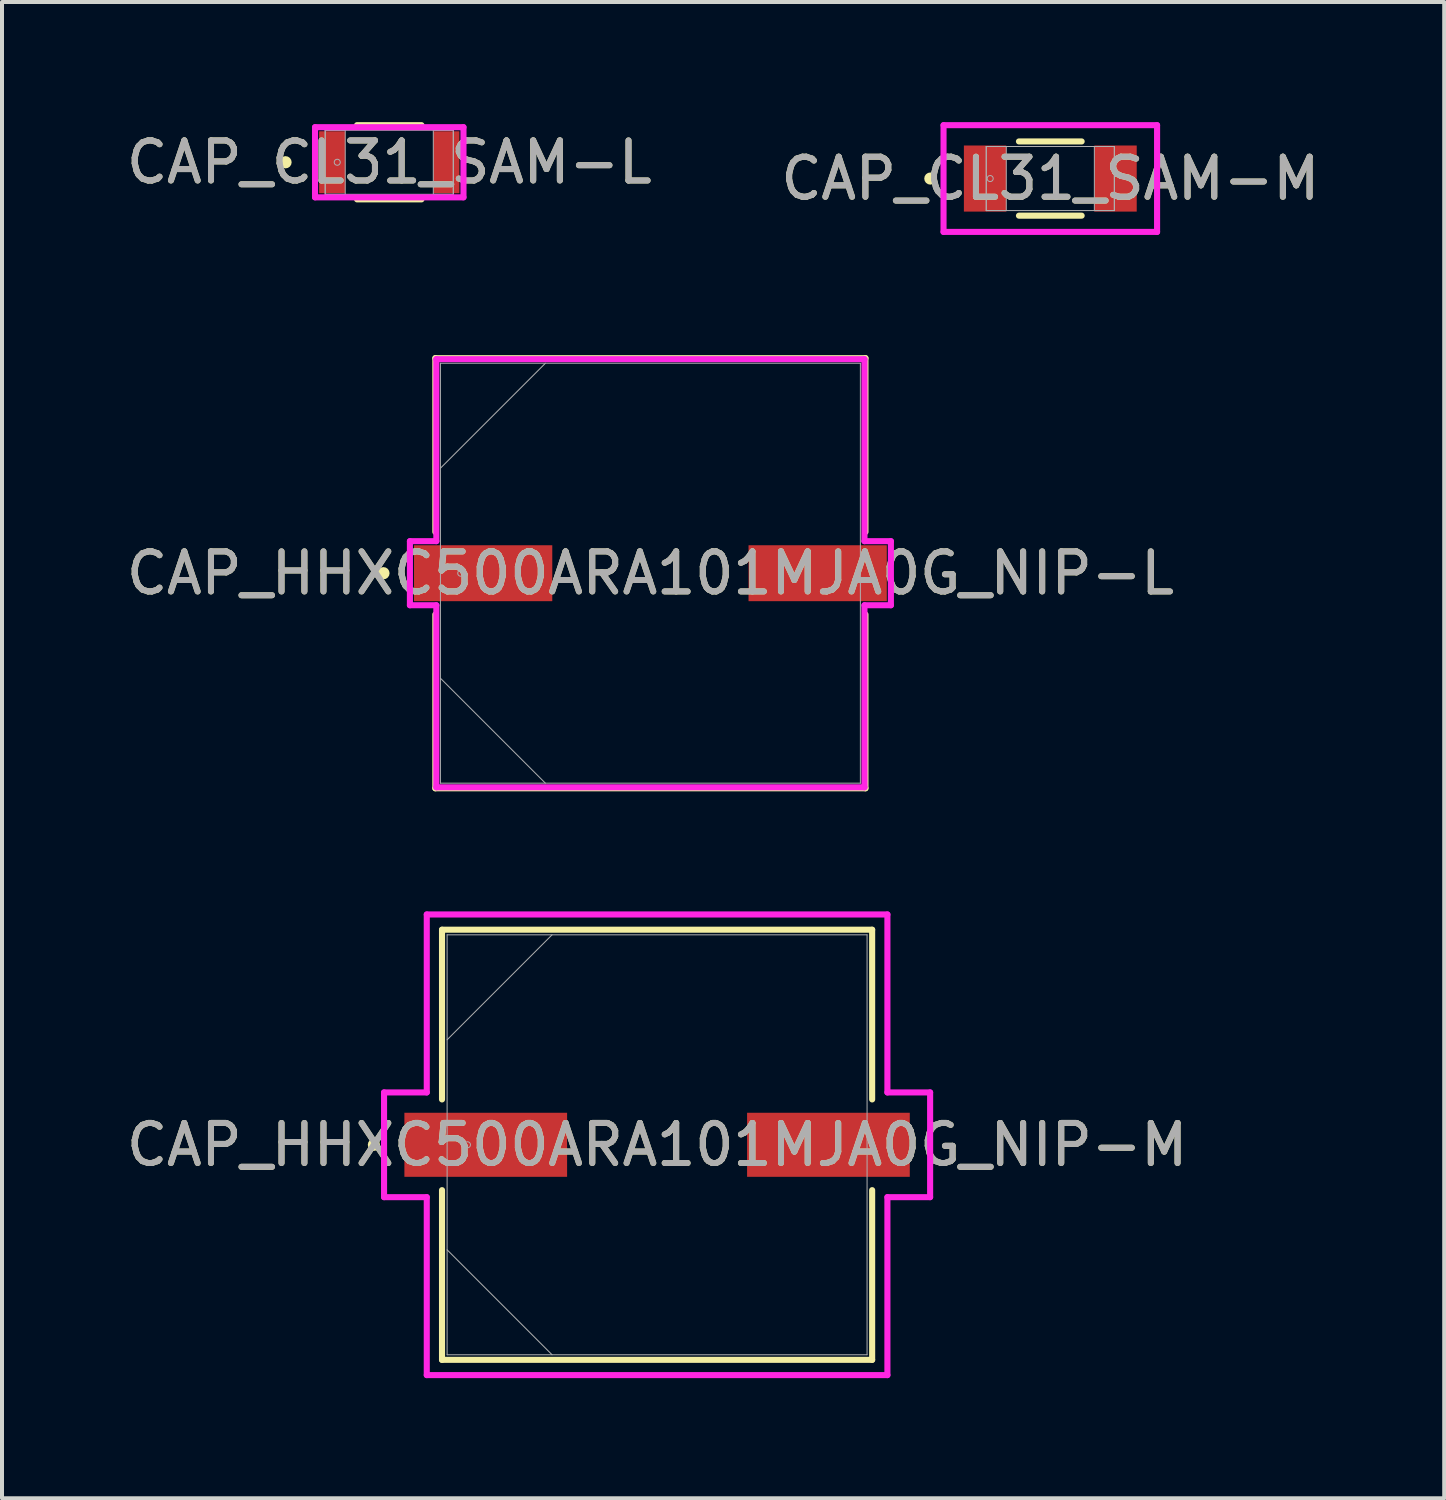
<source format=kicad_pcb>
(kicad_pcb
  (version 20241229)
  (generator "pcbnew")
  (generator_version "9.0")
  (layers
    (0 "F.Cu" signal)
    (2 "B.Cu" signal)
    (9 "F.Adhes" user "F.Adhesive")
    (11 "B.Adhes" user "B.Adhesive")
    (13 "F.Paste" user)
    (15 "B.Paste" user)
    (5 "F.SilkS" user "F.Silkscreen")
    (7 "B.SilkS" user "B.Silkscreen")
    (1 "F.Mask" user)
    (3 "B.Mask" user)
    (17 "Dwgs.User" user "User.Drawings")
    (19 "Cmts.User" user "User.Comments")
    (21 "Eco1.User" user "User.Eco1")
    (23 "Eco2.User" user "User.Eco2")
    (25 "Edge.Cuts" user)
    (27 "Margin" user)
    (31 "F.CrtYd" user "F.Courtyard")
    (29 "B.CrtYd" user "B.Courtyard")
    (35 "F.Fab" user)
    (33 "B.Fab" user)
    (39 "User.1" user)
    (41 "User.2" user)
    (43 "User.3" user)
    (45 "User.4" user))
  (footprint "CAP_HHXC500ARA101MJA0G_NIP-M"
    (layer "F.Cu")
    (at 13.363 25.545)
    (property "Reference" "CAP_HHXC500ARA101MJA0G_NIP-M" (at 0 0 0) (unlocked yes) (layer "F.SilkS") (effects (font (size 1 1) (thickness 0.15))))
    (attr smd)
    (fp_line (start -5.372 -5.372) (end -5.372 -1.133) (stroke (width 0.152) (type solid)) (layer "F.SilkS"))
    (fp_line (start -5.372 1.133) (end -5.372 5.372) (stroke (width 0.152) (type solid)) (layer "F.SilkS"))
    (fp_line (start -5.372 5.372) (end 5.372 5.372) (stroke (width 0.152) (type solid)) (layer "F.SilkS"))
    (fp_line (start 5.372 -5.372) (end -5.372 -5.372) (stroke (width 0.152) (type solid)) (layer "F.SilkS"))
    (fp_line (start 5.372 -1.133) (end 5.372 -5.372) (stroke (width 0.152) (type solid)) (layer "F.SilkS"))
    (fp_line (start 5.372 5.372) (end 5.372 1.133) (stroke (width 0.152) (type solid)) (layer "F.SilkS"))
    (fp_circle (center -7.074 0) (end -6.998 0) (stroke (width 0.152) (type solid)) (fill no) (layer "F.SilkS"))
    (fp_line (start -6.82 -1.308) (end -5.753 -1.308) (stroke (width 0.152) (type solid)) (layer "F.CrtYd"))
    (fp_line (start -6.82 1.308) (end -6.82 -1.308) (stroke (width 0.152) (type solid)) (layer "F.CrtYd"))
    (fp_line (start -5.753 -5.753) (end 5.753 -5.753) (stroke (width 0.152) (type solid)) (layer "F.CrtYd"))
    (fp_line (start -5.753 -1.308) (end -5.753 -5.753) (stroke (width 0.152) (type solid)) (layer "F.CrtYd"))
    (fp_line (start -5.753 1.308) (end -6.82 1.308) (stroke (width 0.152) (type solid)) (layer "F.CrtYd"))
    (fp_line (start -5.753 5.753) (end -5.753 1.308) (stroke (width 0.152) (type solid)) (layer "F.CrtYd"))
    (fp_line (start 5.753 -5.753) (end 5.753 -1.308) (stroke (width 0.152) (type solid)) (layer "F.CrtYd"))
    (fp_line (start 5.753 -1.308) (end 6.82 -1.308) (stroke (width 0.152) (type solid)) (layer "F.CrtYd"))
    (fp_line (start 5.753 1.308) (end 5.753 5.753) (stroke (width 0.152) (type solid)) (layer "F.CrtYd"))
    (fp_line (start 5.753 5.753) (end -5.753 5.753) (stroke (width 0.152) (type solid)) (layer "F.CrtYd"))
    (fp_line (start 6.82 -1.308) (end 6.82 1.308) (stroke (width 0.152) (type solid)) (layer "F.CrtYd"))
    (fp_line (start 6.82 1.308) (end 5.753 1.308) (stroke (width 0.152) (type solid)) (layer "F.CrtYd"))
    (fp_line (start -5.245 -5.245) (end -5.245 5.245) (stroke (width 0.025) (type solid)) (layer "F.Fab"))
    (fp_line (start -5.245 -2.623) (end -2.623 -5.245) (stroke (width 0.025) (type solid)) (layer "F.Fab"))
    (fp_line (start -5.245 2.623) (end -2.623 5.245) (stroke (width 0.025) (type solid)) (layer "F.Fab"))
    (fp_line (start -5.245 5.245) (end 5.245 5.245) (stroke (width 0.025) (type solid)) (layer "F.Fab"))
    (fp_line (start 5.245 -5.245) (end -5.245 -5.245) (stroke (width 0.025) (type solid)) (layer "F.Fab"))
    (fp_line (start 5.245 5.245) (end 5.245 -5.245) (stroke (width 0.025) (type solid)) (layer "F.Fab"))
    (fp_circle (center -4.737 0) (end -4.661 0) (stroke (width 0.025) (type solid)) (fill no) (layer "F.Fab"))
    (fp_text user "${REFERENCE}" (at 0 0 0) (unlocked yes) (layer "F.Fab") (effects (font (size 1 1) (thickness 0.15))))
    (pad "1" smd rect (at -4.28 0) (size 4.064 1.6) (layers "F.Cu" "F.Mask" "F.Paste"))
    (pad "2" smd rect (at 4.28 0) (size 4.064 1.6) (layers "F.Cu" "F.Mask" "F.Paste"))
    (zone (net_name "") (layer "F.Cu") (hatch full 0.508) (connect_pads) (min_thickness 0.254) (filled_areas_thickness no) (keepout (tracks not_allowed) (vias not_allowed) (pads allowed) (copperpour not_allowed) (footprints allowed)) (placement (enabled no)) (fill) (polygon (pts (xy 8.169 20.351) (xy 18.557 20.351) (xy 18.557 24.694) (xy 8.169 24.694))))
    (zone (net_name "") (layer "F.Cu") (hatch full 0.508) (connect_pads) (min_thickness 0.254) (filled_areas_thickness no) (keepout (tracks not_allowed) (vias not_allowed) (pads allowed) (copperpour not_allowed) (footprints allowed)) (placement (enabled no)) (fill) (polygon (pts (xy 8.169 26.396) (xy 18.557 26.396) (xy 18.557 30.739) (xy 8.169 30.739))))
    (zone (net_name "") (layer "F.Cu") (hatch full 0.508) (connect_pads) (min_thickness 0.254) (filled_areas_thickness no) (keepout (tracks not_allowed) (vias not_allowed) (pads allowed) (copperpour not_allowed) (footprints allowed)) (placement (enabled no)) (fill) (polygon (pts (xy 11.166 24.694) (xy 15.56 24.694) (xy 15.56 26.396) (xy 11.166 26.396)))))
  (footprint "CAP_CL31_SAM-L"
    (layer "F.Cu")
    (at 6.673 1.003)
    (property "Reference" "CAP_CL31_SAM-L" (at 0 0 0) (unlocked yes) (layer "F.SilkS") (effects (font (size 1 1) (thickness 0.15))))
    (attr smd)
    (fp_line (start -0.804 0.927) (end 0.804 0.927) (stroke (width 0.152) (type solid)) (layer "F.SilkS"))
    (fp_line (start 0.804 -0.927) (end -0.804 -0.927) (stroke (width 0.152) (type solid)) (layer "F.SilkS"))
    (fp_circle (center -2.591 0) (end -2.514 0) (stroke (width 0.152) (type solid)) (fill no) (layer "F.SilkS"))
    (fp_line (start -1.854 -0.876) (end 1.854 -0.876) (stroke (width 0.152) (type solid)) (layer "F.CrtYd"))
    (fp_line (start -1.854 0.876) (end -1.854 -0.876) (stroke (width 0.152) (type solid)) (layer "F.CrtYd"))
    (fp_line (start 1.854 -0.876) (end 1.854 0.876) (stroke (width 0.152) (type solid)) (layer "F.CrtYd"))
    (fp_line (start 1.854 0.876) (end -1.854 0.876) (stroke (width 0.152) (type solid)) (layer "F.CrtYd"))
    (fp_line (start -1.6 -0.8) (end -1.6 0.8) (stroke (width 0.025) (type solid)) (layer "F.Fab"))
    (fp_line (start -1.6 -0.8) (end -1.6 0.8) (stroke (width 0.025) (type solid)) (layer "F.Fab"))
    (fp_line (start -1.6 0.8) (end -1.1 0.8) (stroke (width 0.025) (type solid)) (layer "F.Fab"))
    (fp_line (start -1.6 0.8) (end 1.6 0.8) (stroke (width 0.025) (type solid)) (layer "F.Fab"))
    (fp_line (start -1.1 -0.8) (end -1.6 -0.8) (stroke (width 0.025) (type solid)) (layer "F.Fab"))
    (fp_line (start -1.1 0.8) (end -1.1 -0.8) (stroke (width 0.025) (type solid)) (layer "F.Fab"))
    (fp_line (start 1.1 -0.8) (end 1.1 0.8) (stroke (width 0.025) (type solid)) (layer "F.Fab"))
    (fp_line (start 1.1 0.8) (end 1.6 0.8) (stroke (width 0.025) (type solid)) (layer "F.Fab"))
    (fp_line (start 1.6 -0.8) (end -1.6 -0.8) (stroke (width 0.025) (type solid)) (layer "F.Fab"))
    (fp_line (start 1.6 -0.8) (end 1.1 -0.8) (stroke (width 0.025) (type solid)) (layer "F.Fab"))
    (fp_line (start 1.6 0.8) (end 1.6 -0.8) (stroke (width 0.025) (type solid)) (layer "F.Fab"))
    (fp_line (start 1.6 0.8) (end 1.6 -0.8) (stroke (width 0.025) (type solid)) (layer "F.Fab"))
    (fp_circle (center -1.299 0) (end -1.223 0) (stroke (width 0.025) (type solid)) (fill no) (layer "F.Fab"))
    (fp_text user "${REFERENCE}" (at 0 0 0) (unlocked yes) (layer "F.Fab") (effects (font (size 1 1) (thickness 0.15))))
    (pad "1" smd rect (at -1.426 0) (size 0.652 1.549) (layers "F.Cu" "F.Mask" "F.Paste"))
    (pad "2" smd rect (at 1.426 0) (size 0.652 1.549) (layers "F.Cu" "F.Mask" "F.Paste"))
    (zone (net_name "") (layer "F.Cu") (hatch full 0.508) (connect_pads) (min_thickness 0.254) (filled_areas_thickness no) (keepout (tracks not_allowed) (vias not_allowed) (pads allowed) (copperpour not_allowed) (footprints allowed)) (placement (enabled no)) (fill) (polygon (pts (xy 5.623 0.254) (xy 7.722 0.254) (xy 7.722 1.752) (xy 5.623 1.752)))))
  (footprint "CAP_CL31_SAM-M"
    (layer "F.Cu")
    (at 23.185 1.41)
    (property "Reference" "CAP_CL31_SAM-M" (at 0 0 0) (unlocked yes) (layer "F.SilkS") (effects (font (size 1 1) (thickness 0.15))))
    (attr smd)
    (fp_line (start -0.783 0.927) (end 0.783 0.927) (stroke (width 0.152) (type solid)) (layer "F.SilkS"))
    (fp_line (start 0.783 -0.927) (end -0.783 -0.927) (stroke (width 0.152) (type solid)) (layer "F.SilkS"))
    (fp_circle (center -2.997 0) (end -2.921 0) (stroke (width 0.152) (type solid)) (fill no) (layer "F.SilkS"))
    (fp_line (start -2.667 -1.333) (end 2.667 -1.333) (stroke (width 0.152) (type solid)) (layer "F.CrtYd"))
    (fp_line (start -2.667 1.333) (end -2.667 -1.333) (stroke (width 0.152) (type solid)) (layer "F.CrtYd"))
    (fp_line (start 2.667 -1.333) (end 2.667 1.333) (stroke (width 0.152) (type solid)) (layer "F.CrtYd"))
    (fp_line (start 2.667 1.333) (end -2.667 1.333) (stroke (width 0.152) (type solid)) (layer "F.CrtYd"))
    (fp_line (start -1.6 -0.8) (end -1.6 0.8) (stroke (width 0.025) (type solid)) (layer "F.Fab"))
    (fp_line (start -1.6 -0.8) (end -1.6 0.8) (stroke (width 0.025) (type solid)) (layer "F.Fab"))
    (fp_line (start -1.6 0.8) (end -1.1 0.8) (stroke (width 0.025) (type solid)) (layer "F.Fab"))
    (fp_line (start -1.6 0.8) (end 1.6 0.8) (stroke (width 0.025) (type solid)) (layer "F.Fab"))
    (fp_line (start -1.1 -0.8) (end -1.6 -0.8) (stroke (width 0.025) (type solid)) (layer "F.Fab"))
    (fp_line (start -1.1 0.8) (end -1.1 -0.8) (stroke (width 0.025) (type solid)) (layer "F.Fab"))
    (fp_line (start 1.1 -0.8) (end 1.1 0.8) (stroke (width 0.025) (type solid)) (layer "F.Fab"))
    (fp_line (start 1.1 0.8) (end 1.6 0.8) (stroke (width 0.025) (type solid)) (layer "F.Fab"))
    (fp_line (start 1.6 -0.8) (end -1.6 -0.8) (stroke (width 0.025) (type solid)) (layer "F.Fab"))
    (fp_line (start 1.6 -0.8) (end 1.1 -0.8) (stroke (width 0.025) (type solid)) (layer "F.Fab"))
    (fp_line (start 1.6 0.8) (end 1.6 -0.8) (stroke (width 0.025) (type solid)) (layer "F.Fab"))
    (fp_line (start 1.6 0.8) (end 1.6 -0.8) (stroke (width 0.025) (type solid)) (layer "F.Fab"))
    (fp_circle (center -1.502 0) (end -1.426 0) (stroke (width 0.025) (type solid)) (fill no) (layer "F.Fab"))
    (fp_text user "${REFERENCE}" (at 0 0 0) (unlocked yes) (layer "F.Fab") (effects (font (size 1 1) (thickness 0.15))))
    (pad "1" smd rect (at -1.629 0) (size 1.059 1.651) (layers "F.Cu" "F.Mask" "F.Paste"))
    (pad "2" smd rect (at 1.629 0) (size 1.059 1.651) (layers "F.Cu" "F.Mask" "F.Paste"))
    (zone (net_name "") (layer "F.Cu") (hatch full 0.508) (connect_pads) (min_thickness 0.254) (filled_areas_thickness no) (keepout (tracks not_allowed) (vias not_allowed) (pads allowed) (copperpour not_allowed) (footprints allowed)) (placement (enabled no)) (fill) (polygon (pts (xy 22.135 0.66) (xy 24.234 0.66) (xy 24.234 2.159) (xy 22.135 2.159)))))
  (footprint "CAP_HHXC500ARA101MJA0G_NIP-L"
    (layer "F.Cu")
    (at 13.196 11.268)
    (property "Reference" "CAP_HHXC500ARA101MJA0G_NIP-L" (at 0 0 0) (unlocked yes) (layer "F.SilkS") (effects (font (size 1 1) (thickness 0.15))))
    (attr smd)
    (fp_line (start -5.372 -5.372) (end -5.372 -1.031) (stroke (width 0.152) (type solid)) (layer "F.SilkS"))
    (fp_line (start -5.372 1.031) (end -5.372 5.372) (stroke (width 0.152) (type solid)) (layer "F.SilkS"))
    (fp_line (start -5.372 5.372) (end 5.372 5.372) (stroke (width 0.152) (type solid)) (layer "F.SilkS"))
    (fp_line (start 5.372 -5.372) (end -5.372 -5.372) (stroke (width 0.152) (type solid)) (layer "F.SilkS"))
    (fp_line (start 5.372 -1.031) (end 5.372 -5.372) (stroke (width 0.152) (type solid)) (layer "F.SilkS"))
    (fp_line (start 5.372 5.372) (end 5.372 1.031) (stroke (width 0.152) (type solid)) (layer "F.SilkS"))
    (fp_circle (center -6.668 0) (end -6.591 0) (stroke (width 0.152) (type solid)) (fill no) (layer "F.SilkS"))
    (fp_line (start -6.007 -0.8) (end -5.347 -0.8) (stroke (width 0.152) (type solid)) (layer "F.CrtYd"))
    (fp_line (start -6.007 0.8) (end -6.007 -0.8) (stroke (width 0.152) (type solid)) (layer "F.CrtYd"))
    (fp_line (start -5.347 -5.347) (end 5.347 -5.347) (stroke (width 0.152) (type solid)) (layer "F.CrtYd"))
    (fp_line (start -5.347 -0.8) (end -5.347 -5.347) (stroke (width 0.152) (type solid)) (layer "F.CrtYd"))
    (fp_line (start -5.347 0.8) (end -6.007 0.8) (stroke (width 0.152) (type solid)) (layer "F.CrtYd"))
    (fp_line (start -5.347 5.347) (end -5.347 0.8) (stroke (width 0.152) (type solid)) (layer "F.CrtYd"))
    (fp_line (start 5.347 -5.347) (end 5.347 -0.8) (stroke (width 0.152) (type solid)) (layer "F.CrtYd"))
    (fp_line (start 5.347 -0.8) (end 6.007 -0.8) (stroke (width 0.152) (type solid)) (layer "F.CrtYd"))
    (fp_line (start 5.347 0.8) (end 5.347 5.347) (stroke (width 0.152) (type solid)) (layer "F.CrtYd"))
    (fp_line (start 5.347 5.347) (end -5.347 5.347) (stroke (width 0.152) (type solid)) (layer "F.CrtYd"))
    (fp_line (start 6.007 -0.8) (end 6.007 0.8) (stroke (width 0.152) (type solid)) (layer "F.CrtYd"))
    (fp_line (start 6.007 0.8) (end 5.347 0.8) (stroke (width 0.152) (type solid)) (layer "F.CrtYd"))
    (fp_line (start -5.245 -5.245) (end -5.245 5.245) (stroke (width 0.025) (type solid)) (layer "F.Fab"))
    (fp_line (start -5.245 -2.623) (end -2.623 -5.245) (stroke (width 0.025) (type solid)) (layer "F.Fab"))
    (fp_line (start -5.245 2.623) (end -2.623 5.245) (stroke (width 0.025) (type solid)) (layer "F.Fab"))
    (fp_line (start -5.245 5.245) (end 5.245 5.245) (stroke (width 0.025) (type solid)) (layer "F.Fab"))
    (fp_line (start 5.245 -5.245) (end -5.245 -5.245) (stroke (width 0.025) (type solid)) (layer "F.Fab"))
    (fp_line (start 5.245 5.245) (end 5.245 -5.245) (stroke (width 0.025) (type solid)) (layer "F.Fab"))
    (fp_circle (center -4.737 0) (end -4.661 0) (stroke (width 0.025) (type solid)) (fill no) (layer "F.Fab"))
    (fp_text user "${REFERENCE}" (at 0 0 0) (unlocked yes) (layer "F.Fab") (effects (font (size 1 1) (thickness 0.15))))
    (pad "1" smd rect (at -4.178 0) (size 3.454 1.397) (layers "F.Cu" "F.Mask" "F.Paste"))
    (pad "2" smd rect (at 4.178 0) (size 3.454 1.397) (layers "F.Cu" "F.Mask" "F.Paste"))
    (zone (net_name "") (layer "F.Cu") (hatch full 0.508) (connect_pads) (min_thickness 0.254) (filled_areas_thickness no) (keepout (tracks not_allowed) (vias not_allowed) (pads allowed) (copperpour not_allowed) (footprints allowed)) (placement (enabled no)) (fill) (polygon (pts (xy 8.002 6.073) (xy 18.391 6.073) (xy 18.391 10.518) (xy 8.002 10.518))))
    (zone (net_name "") (layer "F.Cu") (hatch full 0.508) (connect_pads) (min_thickness 0.254) (filled_areas_thickness no) (keepout (tracks not_allowed) (vias not_allowed) (pads allowed) (copperpour not_allowed) (footprints allowed)) (placement (enabled no)) (fill) (polygon (pts (xy 8.002 12.017) (xy 18.391 12.017) (xy 18.391 16.462) (xy 8.002 16.462))))
    (zone (net_name "") (layer "F.Cu") (hatch full 0.508) (connect_pads) (min_thickness 0.254) (filled_areas_thickness no) (keepout (tracks not_allowed) (vias not_allowed) (pads allowed) (copperpour not_allowed) (footprints allowed)) (placement (enabled no)) (fill) (polygon (pts (xy 10.796 10.518) (xy 15.597 10.518) (xy 15.597 12.017) (xy 10.796 12.017)))))
  (gr_rect
    (start -3 -3)
    (end 33.024 34.374)
    (stroke (width 0.1) (type default))
    (fill no)
    (layer "Edge.Cuts")))
</source>
